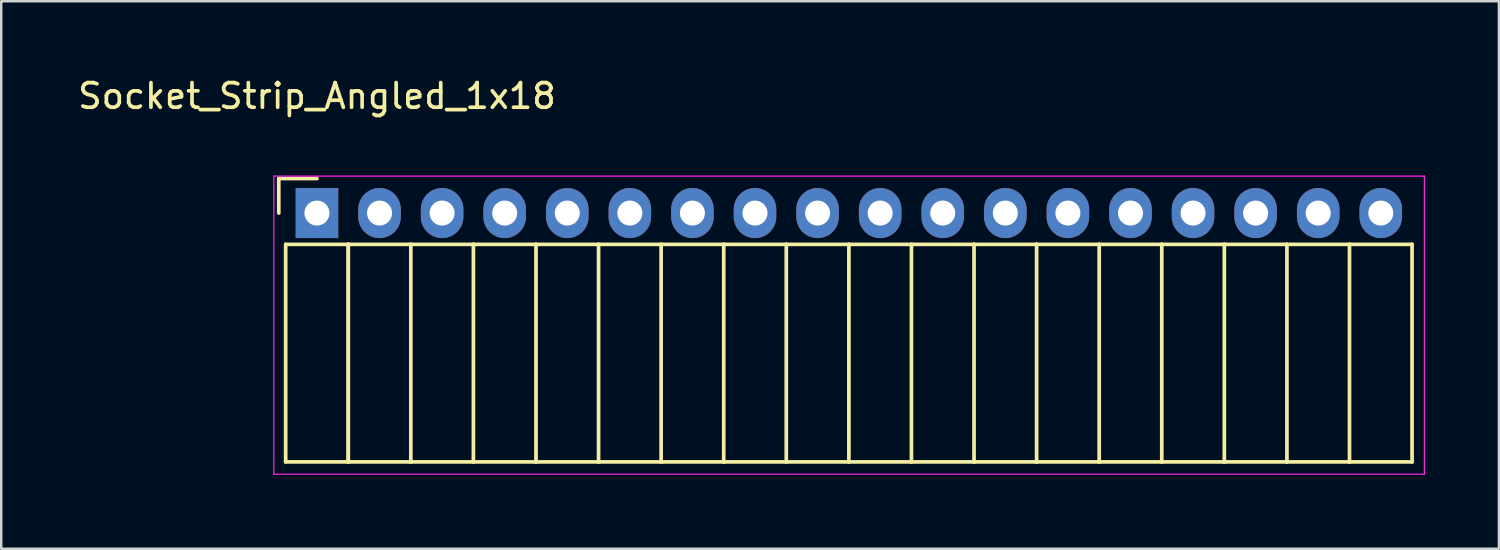
<source format=kicad_pcb>
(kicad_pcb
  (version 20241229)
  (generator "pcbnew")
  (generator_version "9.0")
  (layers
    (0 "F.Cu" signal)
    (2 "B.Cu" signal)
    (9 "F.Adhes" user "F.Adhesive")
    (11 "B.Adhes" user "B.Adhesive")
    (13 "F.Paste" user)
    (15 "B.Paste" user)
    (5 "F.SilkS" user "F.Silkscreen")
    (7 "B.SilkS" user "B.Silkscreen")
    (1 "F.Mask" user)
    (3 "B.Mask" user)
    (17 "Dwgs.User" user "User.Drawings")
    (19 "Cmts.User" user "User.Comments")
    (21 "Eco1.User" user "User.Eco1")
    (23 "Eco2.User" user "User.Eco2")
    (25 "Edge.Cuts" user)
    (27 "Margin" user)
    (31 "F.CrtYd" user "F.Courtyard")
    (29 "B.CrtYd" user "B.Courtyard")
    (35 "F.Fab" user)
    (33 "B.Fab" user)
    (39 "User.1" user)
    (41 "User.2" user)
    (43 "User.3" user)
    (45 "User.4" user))
  (footprint "Socket_Strip_Angled_1x18"
    (layer "F.Cu")
    (at 9.815 5.598)
    (property "Reference" "Socket_Strip_Angled_1x18" (at 0 -4.75 0) (layer "F.SilkS") (effects (font (size 1 1) (thickness 0.15))))
    (attr through_hole)
    (fp_line (start -1.55 -1.4) (end -1.55 0) (stroke (width 0.15) (type solid)) (layer "F.SilkS"))
    (fp_line (start -1.27 1.27) (end -1.27 10.1) (stroke (width 0.15) (type solid)) (layer "F.SilkS"))
    (fp_line (start -1.27 1.27) (end 1.27 1.27) (stroke (width 0.15) (type solid)) (layer "F.SilkS"))
    (fp_line (start -1.27 10.1) (end 1.27 10.1) (stroke (width 0.15) (type solid)) (layer "F.SilkS"))
    (fp_line (start 0 -1.4) (end -1.55 -1.4) (stroke (width 0.15) (type solid)) (layer "F.SilkS"))
    (fp_line (start 1.27 1.27) (end 1.27 10.1) (stroke (width 0.15) (type solid)) (layer "F.SilkS"))
    (fp_line (start 1.27 1.27) (end 3.81 1.27) (stroke (width 0.15) (type solid)) (layer "F.SilkS"))
    (fp_line (start 1.27 10.1) (end 1.27 1.27) (stroke (width 0.15) (type solid)) (layer "F.SilkS"))
    (fp_line (start 1.27 10.1) (end 3.81 10.1) (stroke (width 0.15) (type solid)) (layer "F.SilkS"))
    (fp_line (start 3.81 1.27) (end 6.35 1.27) (stroke (width 0.15) (type solid)) (layer "F.SilkS"))
    (fp_line (start 3.81 10.1) (end 3.81 1.27) (stroke (width 0.15) (type solid)) (layer "F.SilkS"))
    (fp_line (start 3.81 10.1) (end 6.35 10.1) (stroke (width 0.15) (type solid)) (layer "F.SilkS"))
    (fp_line (start 6.35 1.27) (end 8.89 1.27) (stroke (width 0.15) (type solid)) (layer "F.SilkS"))
    (fp_line (start 6.35 10.1) (end 6.35 1.27) (stroke (width 0.15) (type solid)) (layer "F.SilkS"))
    (fp_line (start 6.35 10.1) (end 8.89 10.1) (stroke (width 0.15) (type solid)) (layer "F.SilkS"))
    (fp_line (start 8.89 1.27) (end 11.43 1.27) (stroke (width 0.15) (type solid)) (layer "F.SilkS"))
    (fp_line (start 8.89 10.1) (end 8.89 1.27) (stroke (width 0.15) (type solid)) (layer "F.SilkS"))
    (fp_line (start 8.89 10.1) (end 11.43 10.1) (stroke (width 0.15) (type solid)) (layer "F.SilkS"))
    (fp_line (start 11.43 1.27) (end 13.97 1.27) (stroke (width 0.15) (type solid)) (layer "F.SilkS"))
    (fp_line (start 11.43 10.1) (end 11.43 1.27) (stroke (width 0.15) (type solid)) (layer "F.SilkS"))
    (fp_line (start 11.43 10.1) (end 13.97 10.1) (stroke (width 0.15) (type solid)) (layer "F.SilkS"))
    (fp_line (start 13.97 1.27) (end 16.51 1.27) (stroke (width 0.15) (type solid)) (layer "F.SilkS"))
    (fp_line (start 13.97 10.1) (end 13.97 1.27) (stroke (width 0.15) (type solid)) (layer "F.SilkS"))
    (fp_line (start 13.97 10.1) (end 16.51 10.1) (stroke (width 0.15) (type solid)) (layer "F.SilkS"))
    (fp_line (start 16.51 1.27) (end 19.05 1.27) (stroke (width 0.15) (type solid)) (layer "F.SilkS"))
    (fp_line (start 16.51 10.1) (end 16.51 1.27) (stroke (width 0.15) (type solid)) (layer "F.SilkS"))
    (fp_line (start 16.51 10.1) (end 19.05 10.1) (stroke (width 0.15) (type solid)) (layer "F.SilkS"))
    (fp_line (start 19.05 1.27) (end 21.59 1.27) (stroke (width 0.15) (type solid)) (layer "F.SilkS"))
    (fp_line (start 19.05 10.1) (end 19.05 1.27) (stroke (width 0.15) (type solid)) (layer "F.SilkS"))
    (fp_line (start 19.05 10.1) (end 21.59 10.1) (stroke (width 0.15) (type solid)) (layer "F.SilkS"))
    (fp_line (start 21.59 1.27) (end 24.13 1.27) (stroke (width 0.15) (type solid)) (layer "F.SilkS"))
    (fp_line (start 21.59 10.1) (end 21.59 1.27) (stroke (width 0.15) (type solid)) (layer "F.SilkS"))
    (fp_line (start 21.59 10.1) (end 24.13 10.1) (stroke (width 0.15) (type solid)) (layer "F.SilkS"))
    (fp_line (start 24.13 1.27) (end 26.67 1.27) (stroke (width 0.15) (type solid)) (layer "F.SilkS"))
    (fp_line (start 24.13 10.1) (end 24.13 1.27) (stroke (width 0.15) (type solid)) (layer "F.SilkS"))
    (fp_line (start 24.13 10.1) (end 26.67 10.1) (stroke (width 0.15) (type solid)) (layer "F.SilkS"))
    (fp_line (start 26.67 1.27) (end 29.21 1.27) (stroke (width 0.15) (type solid)) (layer "F.SilkS"))
    (fp_line (start 26.67 10.1) (end 26.67 1.27) (stroke (width 0.15) (type solid)) (layer "F.SilkS"))
    (fp_line (start 26.67 10.1) (end 29.21 10.1) (stroke (width 0.15) (type solid)) (layer "F.SilkS"))
    (fp_line (start 29.21 1.27) (end 31.75 1.27) (stroke (width 0.15) (type solid)) (layer "F.SilkS"))
    (fp_line (start 29.21 10.1) (end 29.21 1.27) (stroke (width 0.15) (type solid)) (layer "F.SilkS"))
    (fp_line (start 29.21 10.1) (end 31.75 10.1) (stroke (width 0.15) (type solid)) (layer "F.SilkS"))
    (fp_line (start 31.75 1.27) (end 34.29 1.27) (stroke (width 0.15) (type solid)) (layer "F.SilkS"))
    (fp_line (start 31.75 10.1) (end 31.75 1.27) (stroke (width 0.15) (type solid)) (layer "F.SilkS"))
    (fp_line (start 31.75 10.1) (end 34.29 10.1) (stroke (width 0.15) (type solid)) (layer "F.SilkS"))
    (fp_line (start 34.29 1.27) (end 36.83 1.27) (stroke (width 0.15) (type solid)) (layer "F.SilkS"))
    (fp_line (start 34.29 10.1) (end 34.29 1.27) (stroke (width 0.15) (type solid)) (layer "F.SilkS"))
    (fp_line (start 34.29 10.1) (end 36.83 10.1) (stroke (width 0.15) (type solid)) (layer "F.SilkS"))
    (fp_line (start 36.83 1.27) (end 39.37 1.27) (stroke (width 0.15) (type solid)) (layer "F.SilkS"))
    (fp_line (start 36.83 10.1) (end 36.83 1.27) (stroke (width 0.15) (type solid)) (layer "F.SilkS"))
    (fp_line (start 36.83 10.1) (end 39.37 10.1) (stroke (width 0.15) (type solid)) (layer "F.SilkS"))
    (fp_line (start 39.37 1.27) (end 41.91 1.27) (stroke (width 0.15) (type solid)) (layer "F.SilkS"))
    (fp_line (start 39.37 10.1) (end 39.37 1.27) (stroke (width 0.15) (type solid)) (layer "F.SilkS"))
    (fp_line (start 39.37 10.1) (end 41.91 10.1) (stroke (width 0.15) (type solid)) (layer "F.SilkS"))
    (fp_line (start 41.91 1.27) (end 44.45 1.27) (stroke (width 0.15) (type solid)) (layer "F.SilkS"))
    (fp_line (start 41.91 10.1) (end 41.91 1.27) (stroke (width 0.15) (type solid)) (layer "F.SilkS"))
    (fp_line (start 41.91 10.1) (end 44.45 10.1) (stroke (width 0.15) (type solid)) (layer "F.SilkS"))
    (fp_line (start 44.45 10.1) (end 44.45 1.27) (stroke (width 0.15) (type solid)) (layer "F.SilkS"))
    (fp_line (start -1.75 -1.5) (end -1.75 10.6) (stroke (width 0.05) (type solid)) (layer "F.CrtYd"))
    (fp_line (start -1.75 -1.5) (end 44.95 -1.5) (stroke (width 0.05) (type solid)) (layer "F.CrtYd"))
    (fp_line (start -1.75 10.6) (end 44.95 10.6) (stroke (width 0.05) (type solid)) (layer "F.CrtYd"))
    (fp_line (start 44.95 -1.5) (end 44.95 10.6) (stroke (width 0.05) (type solid)) (layer "F.CrtYd"))
    (pad "1" thru_hole rect (at 0 0) (size 1.727 2.032) (drill 1.016) (layers "*.Cu" "*.Mask"))
    (pad "2" thru_hole oval (at 2.54 0) (size 1.727 2.032) (drill 1.016) (layers "*.Cu" "*.Mask"))
    (pad "3" thru_hole oval (at 5.08 0) (size 1.727 2.032) (drill 1.016) (layers "*.Cu" "*.Mask"))
    (pad "4" thru_hole oval (at 7.62 0) (size 1.727 2.032) (drill 1.016) (layers "*.Cu" "*.Mask"))
    (pad "5" thru_hole oval (at 10.16 0) (size 1.727 2.032) (drill 1.016) (layers "*.Cu" "*.Mask"))
    (pad "6" thru_hole oval (at 12.7 0) (size 1.727 2.032) (drill 1.016) (layers "*.Cu" "*.Mask"))
    (pad "7" thru_hole oval (at 15.24 0) (size 1.727 2.032) (drill 1.016) (layers "*.Cu" "*.Mask"))
    (pad "8" thru_hole oval (at 17.78 0) (size 1.727 2.032) (drill 1.016) (layers "*.Cu" "*.Mask"))
    (pad "9" thru_hole oval (at 20.32 0) (size 1.727 2.032) (drill 1.016) (layers "*.Cu" "*.Mask"))
    (pad "10" thru_hole oval (at 22.86 0) (size 1.727 2.032) (drill 1.016) (layers "*.Cu" "*.Mask"))
    (pad "11" thru_hole oval (at 25.4 0) (size 1.727 2.032) (drill 1.016) (layers "*.Cu" "*.Mask"))
    (pad "12" thru_hole oval (at 27.94 0) (size 1.727 2.032) (drill 1.016) (layers "*.Cu" "*.Mask"))
    (pad "13" thru_hole oval (at 30.48 0) (size 1.727 2.032) (drill 1.016) (layers "*.Cu" "*.Mask"))
    (pad "14" thru_hole oval (at 33.02 0) (size 1.727 2.032) (drill 1.016) (layers "*.Cu" "*.Mask"))
    (pad "15" thru_hole oval (at 35.56 0) (size 1.727 2.032) (drill 1.016) (layers "*.Cu" "*.Mask"))
    (pad "16" thru_hole oval (at 38.1 0) (size 1.727 2.032) (drill 1.016) (layers "*.Cu" "*.Mask"))
    (pad "17" thru_hole oval (at 40.64 0) (size 1.727 2.032) (drill 1.016) (layers "*.Cu" "*.Mask"))
    (pad "18" thru_hole oval (at 43.18 0) (size 1.727 2.032) (drill 1.016) (layers "*.Cu" "*.Mask")))
  (gr_rect
    (start -3 -3)
    (end 57.79 19.223)
    (stroke (width 0.1) (type default))
    (fill no)
    (layer "Edge.Cuts")))
</source>
